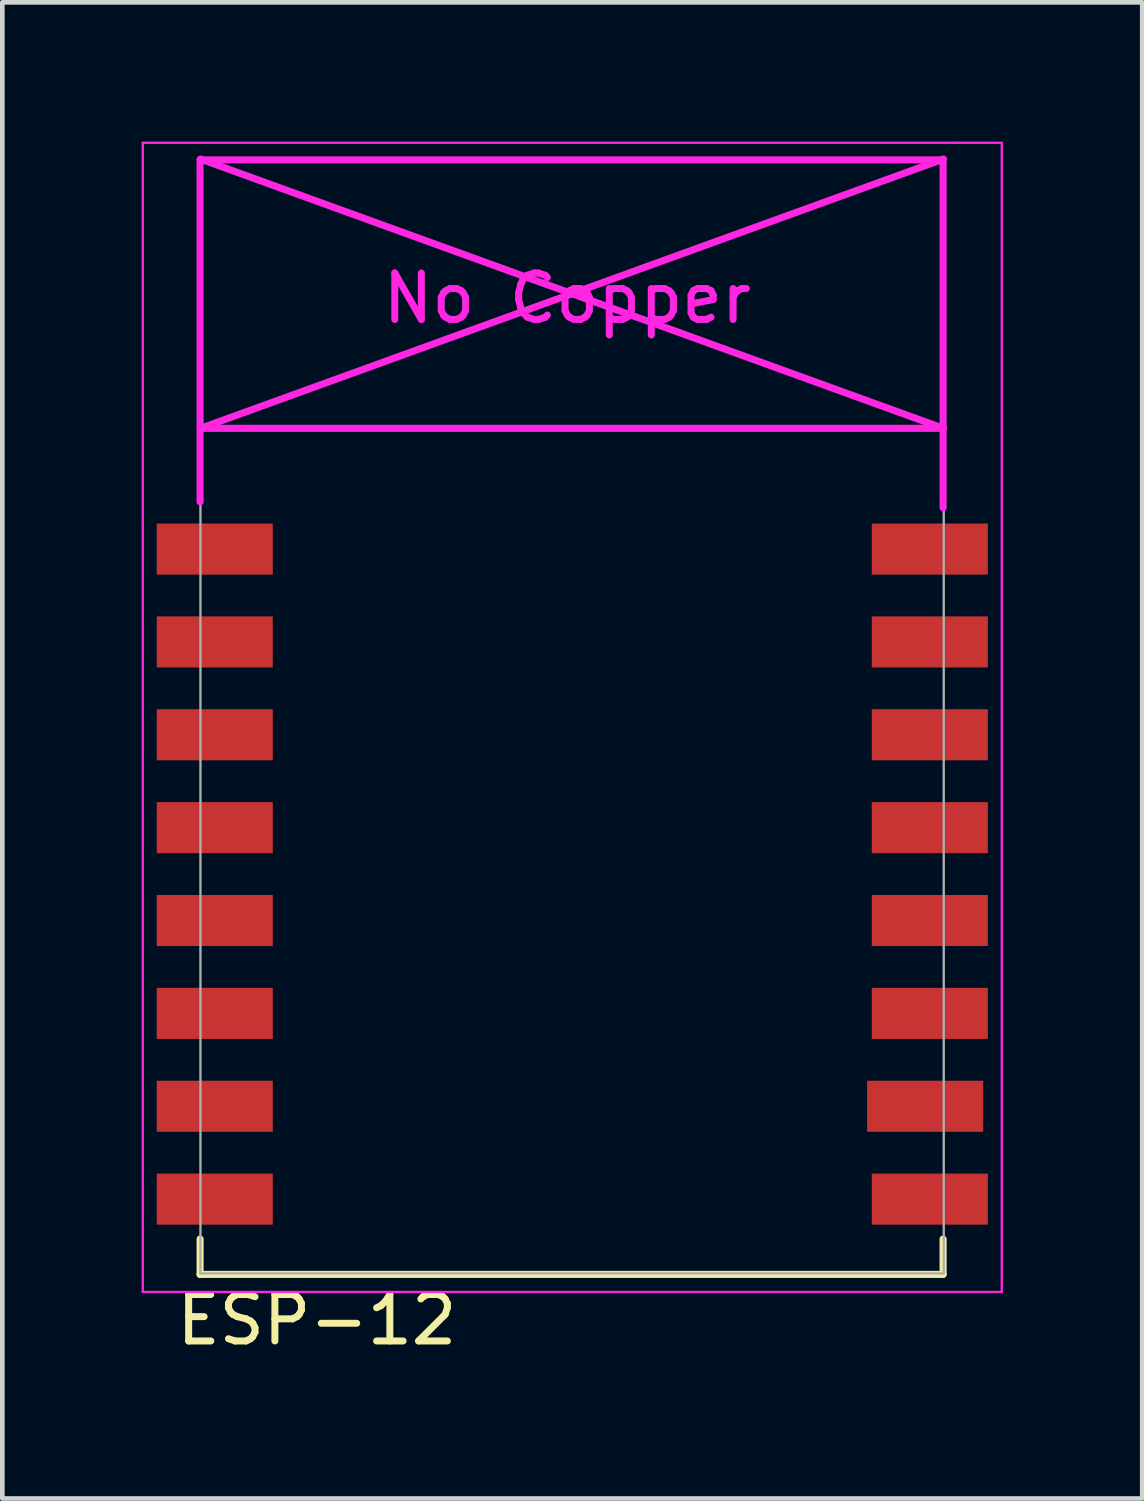
<source format=kicad_pcb>
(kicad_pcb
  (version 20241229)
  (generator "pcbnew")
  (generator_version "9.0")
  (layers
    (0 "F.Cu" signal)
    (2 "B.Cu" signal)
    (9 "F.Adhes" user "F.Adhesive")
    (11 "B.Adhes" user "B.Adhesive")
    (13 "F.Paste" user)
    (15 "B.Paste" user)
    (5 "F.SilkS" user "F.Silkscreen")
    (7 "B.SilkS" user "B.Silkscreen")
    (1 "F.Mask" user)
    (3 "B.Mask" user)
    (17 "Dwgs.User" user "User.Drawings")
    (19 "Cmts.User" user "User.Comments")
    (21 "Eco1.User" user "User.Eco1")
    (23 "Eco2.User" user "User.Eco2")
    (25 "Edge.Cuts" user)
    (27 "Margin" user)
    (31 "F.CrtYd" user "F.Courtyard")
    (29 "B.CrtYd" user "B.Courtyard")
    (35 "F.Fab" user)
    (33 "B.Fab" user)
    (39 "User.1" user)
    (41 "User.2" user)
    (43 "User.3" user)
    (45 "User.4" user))
  (footprint "ESP-12"
    (layer "F.Cu")
    (at 2.275 8.775)
    (property "Reference" "ESP-12" (at 1.5 16.6 0) (layer "F.SilkS") (effects (font (size 1 1) (thickness 0.15))))
    (attr through_hole)
    (fp_line (start -1.016 14.859) (end -1.016 15.621) (stroke (width 0.152) (type solid)) (layer "F.SilkS"))
    (fp_line (start -1.016 15.621) (end 14.986 15.621) (stroke (width 0.152) (type solid)) (layer "F.SilkS"))
    (fp_line (start 14.986 15.621) (end 14.986 14.859) (stroke (width 0.152) (type solid)) (layer "F.SilkS"))
    (fp_line (start -2.25 -8.75) (end 15.25 -8.75) (stroke (width 0.05) (type solid)) (layer "F.CrtYd"))
    (fp_line (start -2.25 -0.5) (end -2.25 -8.75) (stroke (width 0.05) (type solid)) (layer "F.CrtYd"))
    (fp_line (start -2.25 16) (end -2.25 -0.5) (stroke (width 0.05) (type solid)) (layer "F.CrtYd"))
    (fp_line (start -1.016 -8.382) (end -1.016 -1.016) (stroke (width 0.152) (type solid)) (layer "F.CrtYd"))
    (fp_line (start -1.016 -8.382) (end 14.986 -8.382) (stroke (width 0.152) (type solid)) (layer "F.CrtYd"))
    (fp_line (start -1.008 -8.4) (end 14.992 -2.6) (stroke (width 0.152) (type solid)) (layer "F.CrtYd"))
    (fp_line (start -1.008 -2.6) (end 14.992 -2.6) (stroke (width 0.152) (type solid)) (layer "F.CrtYd"))
    (fp_line (start 14.986 -8.382) (end 14.986 -0.889) (stroke (width 0.152) (type solid)) (layer "F.CrtYd"))
    (fp_line (start 14.992 -8.4) (end -1.008 -2.6) (stroke (width 0.152) (type solid)) (layer "F.CrtYd"))
    (fp_line (start 15.25 -8.75) (end 16.25 -8.75) (stroke (width 0.05) (type solid)) (layer "F.CrtYd"))
    (fp_line (start 16.25 -8.75) (end 16.25 16) (stroke (width 0.05) (type solid)) (layer "F.CrtYd"))
    (fp_line (start 16.25 16) (end -2.25 16) (stroke (width 0.05) (type solid)) (layer "F.CrtYd"))
    (fp_line (start -1.008 -8.4) (end 14.992 -8.4) (stroke (width 0.05) (type solid)) (layer "F.Fab"))
    (fp_line (start -1.008 15.6) (end -1.008 -8.4) (stroke (width 0.05) (type solid)) (layer "F.Fab"))
    (fp_line (start 14.992 15.6) (end -1.008 15.6) (stroke (width 0.05) (type solid)) (layer "F.Fab"))
    (fp_line (start 15 -8.4) (end 15 15.6) (stroke (width 0.05) (type solid)) (layer "F.Fab"))
    (fp_text user "No Copper" (at 6.892 -5.4 0) (layer "F.CrtYd") (effects (font (size 1 1) (thickness 0.15))))
    (pad "1" smd rect (at 0 0) (size 2.5 1.1) (drill (offset -0.7 0)) (layers "F.Cu" "F.Mask" "F.Paste"))
    (pad "2" smd rect (at 0 2) (size 2.5 1.1) (drill (offset -0.7 0)) (layers "F.Cu" "F.Mask" "F.Paste"))
    (pad "3" smd rect (at 0 4) (size 2.5 1.1) (drill (offset -0.7 0)) (layers "F.Cu" "F.Mask" "F.Paste"))
    (pad "4" smd rect (at 0 6) (size 2.5 1.1) (drill (offset -0.7 0)) (layers "F.Cu" "F.Mask" "F.Paste"))
    (pad "5" smd rect (at 0 8) (size 2.5 1.1) (drill (offset -0.7 0)) (layers "F.Cu" "F.Mask" "F.Paste"))
    (pad "6" smd rect (at 0 10) (size 2.5 1.1) (drill (offset -0.7 0)) (layers "F.Cu" "F.Mask" "F.Paste"))
    (pad "7" smd rect (at 0 12) (size 2.5 1.1) (drill (offset -0.7 0)) (layers "F.Cu" "F.Mask" "F.Paste"))
    (pad "8" smd rect (at 0 14) (size 2.5 1.1) (drill (offset -0.7 0)) (layers "F.Cu" "F.Mask" "F.Paste"))
    (pad "9" smd rect (at 14 14) (size 2.5 1.1) (drill (offset 0.7 0)) (layers "F.Cu" "F.Mask" "F.Paste"))
    (pad "10" smd rect (at 14 12) (size 2.5 1.1) (drill (offset 0.6 0)) (layers "F.Cu" "F.Mask" "F.Paste"))
    (pad "11" smd rect (at 14 10) (size 2.5 1.1) (drill (offset 0.7 0)) (layers "F.Cu" "F.Mask" "F.Paste"))
    (pad "12" smd rect (at 14 8) (size 2.5 1.1) (drill (offset 0.7 0)) (layers "F.Cu" "F.Mask" "F.Paste"))
    (pad "13" smd rect (at 14 6) (size 2.5 1.1) (drill (offset 0.7 0)) (layers "F.Cu" "F.Mask" "F.Paste"))
    (pad "14" smd rect (at 14 4) (size 2.5 1.1) (drill (offset 0.7 0)) (layers "F.Cu" "F.Mask" "F.Paste"))
    (pad "15" smd rect (at 14 2) (size 2.5 1.1) (drill (offset 0.7 0)) (layers "F.Cu" "F.Mask" "F.Paste"))
    (pad "16" smd rect (at 14 0) (size 2.5 1.1) (drill (offset 0.7 0)) (layers "F.Cu" "F.Mask" "F.Paste")))
  (gr_rect
    (start -3 -3)
    (end 21.55 29.223)
    (stroke (width 0.1) (type default))
    (fill no)
    (layer "Edge.Cuts")))
</source>
